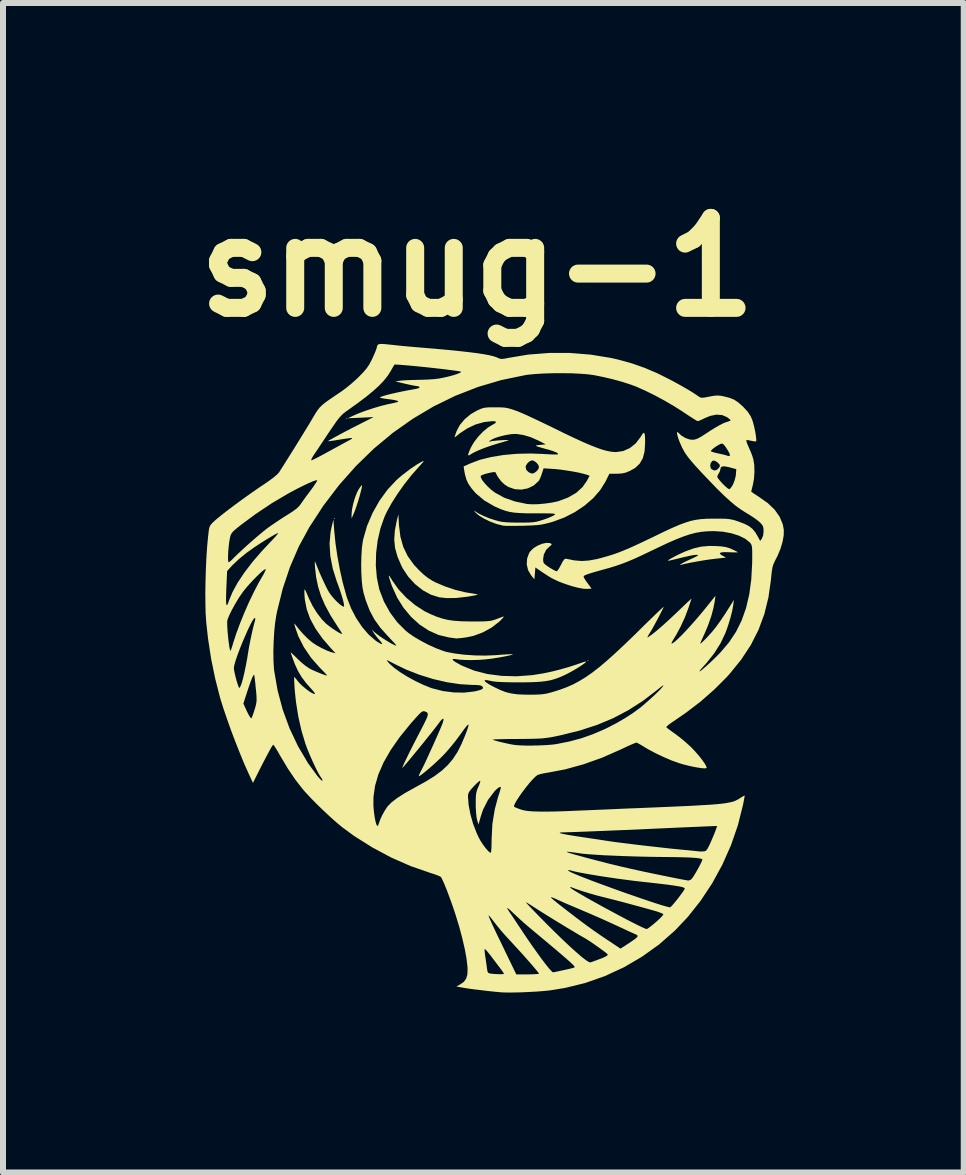
<source format=kicad_pcb>
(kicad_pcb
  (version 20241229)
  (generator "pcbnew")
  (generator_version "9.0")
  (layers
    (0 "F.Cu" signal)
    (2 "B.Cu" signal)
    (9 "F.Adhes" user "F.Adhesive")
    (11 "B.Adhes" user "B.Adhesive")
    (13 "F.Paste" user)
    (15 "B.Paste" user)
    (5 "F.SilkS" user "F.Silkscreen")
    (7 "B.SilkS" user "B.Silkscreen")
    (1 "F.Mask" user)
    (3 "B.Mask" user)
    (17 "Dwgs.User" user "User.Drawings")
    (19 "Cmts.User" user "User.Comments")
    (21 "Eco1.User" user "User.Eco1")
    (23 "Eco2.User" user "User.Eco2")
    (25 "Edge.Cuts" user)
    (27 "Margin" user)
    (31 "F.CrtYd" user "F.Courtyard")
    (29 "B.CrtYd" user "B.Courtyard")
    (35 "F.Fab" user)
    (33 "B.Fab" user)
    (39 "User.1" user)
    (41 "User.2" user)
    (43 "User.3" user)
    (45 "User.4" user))
  (footprint "smug-1"
    (layer "F.Cu")
    (at 4.407 7.904)
    (property "Reference" "smug-1" (at 0.5 -6.5 0) (layer "F.SilkS") (effects (font (size 1.5 1.5) (thickness 0.3))))
    (attr board_only exclude_from_pos_files exclude_from_bom)
    (fp_poly (pts (xy -1.872 -2.31) (xy -1.881 -2.301) (xy -1.889 -2.31) (xy -1.881 -2.318)) (stroke (width 0) (type solid)) (fill yes) (layer "F.SilkS"))
    (fp_poly (pts (xy -1.666 -3.976) (xy -1.674 -3.967) (xy -1.683 -3.976) (xy -1.674 -3.984)) (stroke (width 0) (type solid)) (fill yes) (layer "F.SilkS"))
    (fp_poly (pts (xy 2.353 0.06) (xy 2.344 0.069) (xy 2.336 0.06) (xy 2.344 0.052)) (stroke (width 0) (type solid)) (fill yes) (layer "F.SilkS"))
    (fp_poly (pts (xy -1.422 -2.853) (xy -1.429 -2.812) (xy -1.444 -2.752) (xy -1.463 -2.68) (xy -1.486 -2.603) (xy -1.51 -2.528) (xy -1.533 -2.461) (xy -1.551 -2.413) (xy -1.596 -2.31) (xy -1.596 -2.38) (xy -1.589 -2.46) (xy -1.569 -2.556) (xy -1.54 -2.655) (xy -1.506 -2.743) (xy -1.483 -2.788) (xy -1.454 -2.832) (xy -1.432 -2.861) (xy -1.423 -2.868)) (stroke (width 0) (type solid)) (fill yes) (layer "F.SilkS"))
    (fp_poly (pts (xy -0.806 -2.198) (xy -0.782 -2.006) (xy -0.734 -1.836) (xy -0.659 -1.681) (xy -0.555 -1.537) (xy -0.474 -1.451) (xy -0.394 -1.375) (xy -0.321 -1.318) (xy -0.246 -1.271) (xy -0.189 -1.242) (xy -0.038 -1.178) (xy 0.129 -1.122) (xy 0.295 -1.081) (xy 0.384 -1.066) (xy 0.444 -1.057) (xy 0.488 -1.048) (xy 0.509 -1.042) (xy 0.509 -1.042) (xy 0.496 -1.037) (xy 0.456 -1.028) (xy 0.395 -1.017) (xy 0.337 -1.007) (xy 0.145 -0.985) (xy -0.019 -0.984) (xy -0.136 -0.997) (xy -0.275 -1.041) (xy -0.41 -1.115) (xy -0.537 -1.216) (xy -0.649 -1.337) (xy -0.742 -1.477) (xy -0.763 -1.517) (xy -0.83 -1.673) (xy -0.871 -1.818) (xy -0.885 -1.961) (xy -0.874 -2.113) (xy -0.846 -2.258) (xy -0.816 -2.379)) (stroke (width 0) (type solid)) (fill yes) (layer "F.SilkS"))
    (fp_poly (pts (xy -0.959 -1.343) (xy -0.93 -1.298) (xy -0.915 -1.272) (xy -0.812 -1.127) (xy -0.683 -0.989) (xy -0.536 -0.866) (xy -0.378 -0.764) (xy -0.28 -0.716) (xy -0.177 -0.673) (xy -0.082 -0.642) (xy 0.014 -0.619) (xy 0.118 -0.605) (xy 0.239 -0.597) (xy 0.385 -0.594) (xy 0.404 -0.594) (xy 0.518 -0.594) (xy 0.604 -0.595) (xy 0.669 -0.599) (xy 0.718 -0.604) (xy 0.758 -0.613) (xy 0.796 -0.625) (xy 0.807 -0.629) (xy 0.865 -0.651) (xy 0.914 -0.669) (xy 0.936 -0.677) (xy 0.94 -0.672) (xy 0.923 -0.649) (xy 0.887 -0.611) (xy 0.867 -0.592) (xy 0.74 -0.493) (xy 0.593 -0.412) (xy 0.436 -0.354) (xy 0.311 -0.328) (xy 0.242 -0.319) (xy 0.187 -0.314) (xy 0.153 -0.311) (xy 0.148 -0.311) (xy 0.122 -0.315) (xy 0.073 -0.321) (xy 0.019 -0.329) (xy -0.149 -0.37) (xy -0.31 -0.442) (xy -0.463 -0.543) (xy -0.603 -0.67) (xy -0.728 -0.819) (xy -0.835 -0.989) (xy -0.92 -1.176) (xy -0.938 -1.226) (xy -0.963 -1.302) (xy -0.975 -1.346) (xy -0.974 -1.36)) (stroke (width 0) (type solid)) (fill yes) (layer "F.SilkS"))
    (fp_poly (pts (xy 4.479 -1.851) (xy 4.572 -1.845) (xy 4.643 -1.834) (xy 4.704 -1.816) (xy 4.745 -1.798) (xy 4.796 -1.774) (xy 4.831 -1.756) (xy 4.843 -1.747) (xy 4.827 -1.745) (xy 4.785 -1.745) (xy 4.724 -1.747) (xy 4.699 -1.748) (xy 4.614 -1.75) (xy 4.561 -1.744) (xy 4.542 -1.73) (xy 4.556 -1.71) (xy 4.589 -1.689) (xy 4.646 -1.659) (xy 4.457 -1.638) (xy 4.369 -1.627) (xy 4.269 -1.612) (xy 4.165 -1.594) (xy 4.065 -1.576) (xy 3.977 -1.558) (xy 3.91 -1.542) (xy 3.886 -1.535) (xy 3.878 -1.536) (xy 3.897 -1.551) (xy 3.907 -1.558) (xy 3.949 -1.581) (xy 4.01 -1.611) (xy 4.073 -1.64) (xy 4.128 -1.666) (xy 4.167 -1.687) (xy 4.181 -1.7) (xy 4.181 -1.701) (xy 4.159 -1.706) (xy 4.107 -1.701) (xy 4.028 -1.686) (xy 3.924 -1.662) (xy 3.847 -1.643) (xy 3.777 -1.626) (xy 3.721 -1.613) (xy 3.686 -1.606) (xy 3.678 -1.606) (xy 3.687 -1.618) (xy 3.721 -1.64) (xy 3.774 -1.669) (xy 3.839 -1.703) (xy 3.911 -1.736) (xy 3.966 -1.761) (xy 4.103 -1.811) (xy 4.231 -1.841) (xy 4.365 -1.853)) (stroke (width 0) (type solid)) (fill yes) (layer "F.SilkS"))
    (fp_poly (pts (xy 0.888 -4.163) (xy 0.955 -4.159) (xy 1.013 -4.149) (xy 1.075 -4.131) (xy 1.151 -4.105) (xy 1.211 -4.081) (xy 1.296 -4.044) (xy 1.399 -3.997) (xy 1.514 -3.943) (xy 1.635 -3.885) (xy 1.735 -3.837) (xy 1.936 -3.738) (xy 2.11 -3.655) (xy 2.26 -3.586) (xy 2.388 -3.531) (xy 2.498 -3.488) (xy 2.591 -3.456) (xy 2.672 -3.435) (xy 2.742 -3.422) (xy 2.805 -3.418) (xy 2.814 -3.418) (xy 2.932 -3.435) (xy 3.042 -3.484) (xy 3.139 -3.561) (xy 3.219 -3.665) (xy 3.228 -3.679) (xy 3.255 -3.722) (xy 3.274 -3.74) (xy 3.286 -3.732) (xy 3.294 -3.694) (xy 3.297 -3.626) (xy 3.297 -3.564) (xy 3.288 -3.427) (xy 3.259 -3.315) (xy 3.207 -3.225) (xy 3.132 -3.154) (xy 3.05 -3.107) (xy 2.979 -3.077) (xy 2.914 -3.062) (xy 2.837 -3.057) (xy 2.823 -3.057) (xy 2.702 -3.057) (xy 2.636 -2.924) (xy 2.548 -2.783) (xy 2.431 -2.649) (xy 2.289 -2.526) (xy 2.127 -2.417) (xy 1.949 -2.326) (xy 1.759 -2.256) (xy 1.707 -2.241) (xy 1.634 -2.223) (xy 1.567 -2.209) (xy 1.497 -2.2) (xy 1.414 -2.195) (xy 1.311 -2.191) (xy 1.254 -2.189) (xy 1.155 -2.188) (xy 1.066 -2.188) (xy 0.994 -2.188) (xy 0.944 -2.19) (xy 0.927 -2.192) (xy 0.821 -2.219) (xy 0.712 -2.26) (xy 0.611 -2.309) (xy 0.526 -2.361) (xy 0.47 -2.41) (xy 0.448 -2.436) (xy 0.446 -2.442) (xy 0.455 -2.436) (xy 0.517 -2.396) (xy 0.604 -2.353) (xy 0.704 -2.312) (xy 0.802 -2.281) (xy 0.864 -2.264) (xy 0.924 -2.253) (xy 0.991 -2.247) (xy 1.074 -2.243) (xy 1.182 -2.242) (xy 1.194 -2.242) (xy 1.297 -2.242) (xy 1.374 -2.244) (xy 1.435 -2.249) (xy 1.487 -2.257) (xy 1.539 -2.271) (xy 1.597 -2.289) (xy 1.668 -2.314) (xy 1.73 -2.34) (xy 1.773 -2.361) (xy 1.782 -2.367) (xy 1.794 -2.377) (xy 1.796 -2.384) (xy 1.785 -2.389) (xy 1.757 -2.393) (xy 1.708 -2.395) (xy 1.634 -2.396) (xy 1.531 -2.396) (xy 1.473 -2.396) (xy 1.329 -2.397) (xy 1.213 -2.401) (xy 1.118 -2.408) (xy 1.036 -2.421) (xy 0.962 -2.441) (xy 0.888 -2.467) (xy 0.807 -2.503) (xy 0.78 -2.516) (xy 0.615 -2.612) (xy 0.476 -2.729) (xy 0.406 -2.81) (xy 0.354 -2.884) (xy 0.319 -2.956) (xy 0.301 -3.021) (xy 0.557 -3.021) (xy 0.559 -2.993) (xy 0.582 -2.95) (xy 0.623 -2.898) (xy 0.676 -2.841) (xy 0.735 -2.787) (xy 0.797 -2.74) (xy 0.799 -2.739) (xy 0.949 -2.657) (xy 1.126 -2.595) (xy 1.326 -2.553) (xy 1.331 -2.552) (xy 1.411 -2.547) (xy 1.513 -2.549) (xy 1.625 -2.559) (xy 1.734 -2.574) (xy 1.83 -2.594) (xy 1.85 -2.599) (xy 2.013 -2.66) (xy 2.148 -2.738) (xy 2.254 -2.834) (xy 2.325 -2.936) (xy 2.372 -3.023) (xy 2.332 -3.038) (xy 2.274 -3.055) (xy 2.191 -3.075) (xy 2.092 -3.094) (xy 1.986 -3.111) (xy 1.883 -3.126) (xy 1.792 -3.135) (xy 1.775 -3.136) (xy 1.605 -3.147) (xy 1.575 -3.055) (xy 1.555 -2.999) (xy 1.534 -2.954) (xy 1.524 -2.937) (xy 1.441 -2.861) (xy 1.343 -2.813) (xy 1.236 -2.792) (xy 1.126 -2.799) (xy 1.021 -2.835) (xy 0.957 -2.875) (xy 0.897 -2.931) (xy 0.843 -3.003) (xy 0.805 -3.074) (xy 0.802 -3.082) (xy 0.784 -3.085) (xy 0.744 -3.08) (xy 0.692 -3.069) (xy 0.637 -3.055) (xy 0.59 -3.039) (xy 0.561 -3.025) (xy 0.557 -3.021) (xy 0.301 -3.021) (xy 0.295 -3.041) (xy 0.283 -3.105) (xy 0.273 -3.17) (xy 1.305 -3.17) (xy 1.316 -3.122) (xy 1.351 -3.086) (xy 1.365 -3.077) (xy 1.406 -3.06) (xy 1.441 -3.065) (xy 1.483 -3.093) (xy 1.516 -3.131) (xy 1.528 -3.169) (xy 1.514 -3.208) (xy 1.48 -3.247) (xy 1.437 -3.274) (xy 1.411 -3.28) (xy 1.374 -3.266) (xy 1.337 -3.233) (xy 1.311 -3.193) (xy 1.305 -3.17) (xy 0.273 -3.17) (xy 0.272 -3.178) (xy 0.385 -3.229) (xy 0.544 -3.289) (xy 0.73 -3.335) (xy 0.936 -3.369) (xy 1.158 -3.389) (xy 1.389 -3.394) (xy 1.58 -3.387) (xy 1.669 -3.382) (xy 1.747 -3.378) (xy 1.805 -3.377) (xy 1.838 -3.378) (xy 1.843 -3.379) (xy 1.846 -3.393) (xy 1.817 -3.412) (xy 1.76 -3.435) (xy 1.677 -3.461) (xy 1.649 -3.468) (xy 1.563 -3.492) (xy 1.508 -3.508) (xy 1.481 -3.519) (xy 1.48 -3.527) (xy 1.502 -3.532) (xy 1.545 -3.537) (xy 1.546 -3.537) (xy 1.64 -3.547) (xy 1.52 -3.609) (xy 1.391 -3.666) (xy 1.265 -3.703) (xy 1.15 -3.72) (xy 1.076 -3.718) (xy 0.971 -3.701) (xy 0.872 -3.677) (xy 0.789 -3.65) (xy 0.731 -3.622) (xy 0.73 -3.621) (xy 0.698 -3.599) (xy 0.694 -3.591) (xy 0.716 -3.595) (xy 0.721 -3.597) (xy 0.756 -3.602) (xy 0.807 -3.608) (xy 0.866 -3.613) (xy 0.926 -3.617) (xy 0.977 -3.619) (xy 1.012 -3.619) (xy 1.023 -3.616) (xy 1.022 -3.616) (xy 0.999 -3.607) (xy 0.951 -3.592) (xy 0.886 -3.573) (xy 0.85 -3.563) (xy 0.734 -3.527) (xy 0.622 -3.488) (xy 0.523 -3.448) (xy 0.443 -3.411) (xy 0.393 -3.382) (xy 0.363 -3.363) (xy 0.348 -3.363) (xy 0.349 -3.385) (xy 0.366 -3.432) (xy 0.394 -3.496) (xy 0.444 -3.582) (xy 0.513 -3.672) (xy 0.593 -3.756) (xy 0.675 -3.825) (xy 0.733 -3.861) (xy 0.789 -3.893) (xy 0.813 -3.915) (xy 0.805 -3.927) (xy 0.764 -3.933) (xy 0.749 -3.933) (xy 0.612 -3.918) (xy 0.469 -3.877) (xy 0.331 -3.812) (xy 0.207 -3.729) (xy 0.19 -3.715) (xy 0.152 -3.684) (xy 0.126 -3.666) (xy 0.12 -3.665) (xy 0.126 -3.684) (xy 0.14 -3.726) (xy 0.156 -3.77) (xy 0.21 -3.871) (xy 0.291 -3.967) (xy 0.392 -4.051) (xy 0.493 -4.109) (xy 0.547 -4.134) (xy 0.592 -4.15) (xy 0.638 -4.159) (xy 0.694 -4.163) (xy 0.772 -4.164) (xy 0.799 -4.164)) (stroke (width 0) (type solid)) (fill yes) (layer "F.SilkS"))
    (fp_poly (pts (xy -1.035 -5.217) (xy -0.948 -5.208) (xy -0.908 -5.204) (xy -0.84 -5.196) (xy -0.748 -5.187) (xy -0.64 -5.177) (xy -0.526 -5.167) (xy -0.453 -5.161) (xy -0.203 -5.14) (xy 0.016 -5.12) (xy 0.204 -5.101) (xy 0.364 -5.083) (xy 0.499 -5.066) (xy 0.61 -5.049) (xy 0.7 -5.032) (xy 0.77 -5.015) (xy 0.823 -4.997) (xy 0.847 -4.986) (xy 0.877 -4.974) (xy 0.909 -4.97) (xy 0.955 -4.975) (xy 1.019 -4.988) (xy 1.35 -5.043) (xy 1.695 -5.07) (xy 2.044 -5.07) (xy 2.391 -5.042) (xy 2.729 -4.987) (xy 2.859 -4.957) (xy 3.081 -4.895) (xy 3.294 -4.82) (xy 3.507 -4.729) (xy 3.731 -4.616) (xy 3.807 -4.575) (xy 3.919 -4.513) (xy 4.007 -4.462) (xy 4.08 -4.418) (xy 4.144 -4.376) (xy 4.199 -4.338) (xy 4.221 -4.327) (xy 4.249 -4.323) (xy 4.293 -4.328) (xy 4.36 -4.341) (xy 4.366 -4.342) (xy 4.441 -4.356) (xy 4.499 -4.361) (xy 4.554 -4.357) (xy 4.606 -4.347) (xy 4.702 -4.323) (xy 4.778 -4.293) (xy 4.847 -4.248) (xy 4.92 -4.184) (xy 4.939 -4.165) (xy 5.008 -4.09) (xy 5.055 -4.019) (xy 5.081 -3.961) (xy 5.099 -3.905) (xy 5.116 -3.836) (xy 5.132 -3.763) (xy 5.143 -3.694) (xy 5.15 -3.638) (xy 5.15 -3.603) (xy 5.147 -3.596) (xy 5.127 -3.595) (xy 5.086 -3.602) (xy 5.066 -3.606) (xy 5.02 -3.616) (xy 4.989 -3.618) (xy 4.984 -3.616) (xy 4.986 -3.597) (xy 5 -3.555) (xy 5.024 -3.5) (xy 5.028 -3.49) (xy 5.059 -3.421) (xy 5.085 -3.351) (xy 5.101 -3.299) (xy 5.117 -3.202) (xy 5.12 -3.087) (xy 5.112 -2.971) (xy 5.094 -2.874) (xy 5.08 -2.818) (xy 5.07 -2.777) (xy 5.066 -2.76) (xy 5.08 -2.748) (xy 5.116 -2.722) (xy 5.169 -2.688) (xy 5.196 -2.67) (xy 5.344 -2.566) (xy 5.458 -2.456) (xy 5.54 -2.339) (xy 5.592 -2.214) (xy 5.609 -2.124) (xy 5.608 -2.031) (xy 5.588 -1.92) (xy 5.552 -1.8) (xy 5.501 -1.679) (xy 5.48 -1.64) (xy 5.454 -1.588) (xy 5.434 -1.543) (xy 5.421 -1.497) (xy 5.411 -1.44) (xy 5.402 -1.365) (xy 5.395 -1.289) (xy 5.353 -0.994) (xy 5.285 -0.717) (xy 5.187 -0.453) (xy 5.059 -0.201) (xy 4.899 0.042) (xy 4.707 0.279) (xy 4.649 0.343) (xy 4.447 0.544) (xy 4.22 0.743) (xy 3.974 0.931) (xy 3.774 1.068) (xy 3.717 1.107) (xy 3.674 1.14) (xy 3.652 1.163) (xy 3.65 1.169) (xy 3.667 1.184) (xy 3.706 1.213) (xy 3.76 1.253) (xy 3.8 1.281) (xy 3.878 1.34) (xy 3.964 1.411) (xy 4.045 1.484) (xy 4.072 1.51) (xy 4.135 1.577) (xy 4.195 1.646) (xy 4.248 1.713) (xy 4.289 1.772) (xy 4.316 1.818) (xy 4.323 1.846) (xy 4.321 1.85) (xy 4.297 1.855) (xy 4.246 1.852) (xy 4.176 1.842) (xy 4.094 1.827) (xy 4.006 1.807) (xy 3.92 1.785) (xy 3.864 1.768) (xy 3.741 1.724) (xy 3.606 1.666) (xy 3.469 1.601) (xy 3.343 1.534) (xy 3.264 1.486) (xy 3.212 1.455) (xy 3.171 1.433) (xy 3.15 1.425) (xy 3.128 1.433) (xy 3.082 1.452) (xy 3.016 1.481) (xy 2.938 1.518) (xy 2.9 1.536) (xy 2.583 1.676) (xy 2.268 1.788) (xy 1.962 1.872) (xy 1.683 1.925) (xy 1.611 1.937) (xy 1.549 1.951) (xy 1.507 1.965) (xy 1.5 1.968) (xy 1.463 1.998) (xy 1.415 2.047) (xy 1.361 2.109) (xy 1.304 2.18) (xy 1.248 2.254) (xy 1.197 2.327) (xy 1.155 2.392) (xy 1.125 2.446) (xy 1.111 2.481) (xy 1.112 2.493) (xy 1.135 2.506) (xy 1.179 2.524) (xy 1.227 2.541) (xy 1.276 2.555) (xy 1.339 2.565) (xy 1.418 2.572) (xy 1.517 2.575) (xy 1.638 2.576) (xy 1.784 2.574) (xy 1.958 2.569) (xy 2.163 2.56) (xy 2.19 2.559) (xy 2.295 2.555) (xy 2.427 2.549) (xy 2.58 2.543) (xy 2.745 2.536) (xy 2.917 2.528) (xy 3.086 2.521) (xy 3.194 2.517) (xy 3.459 2.506) (xy 3.692 2.496) (xy 3.895 2.487) (xy 4.071 2.479) (xy 4.221 2.47) (xy 4.349 2.463) (xy 4.457 2.455) (xy 4.546 2.447) (xy 4.62 2.438) (xy 4.68 2.428) (xy 4.729 2.418) (xy 4.77 2.407) (xy 4.804 2.394) (xy 4.834 2.379) (xy 4.862 2.363) (xy 4.875 2.354) (xy 4.919 2.327) (xy 4.949 2.31) (xy 4.957 2.307) (xy 4.955 2.324) (xy 4.948 2.367) (xy 4.936 2.428) (xy 4.929 2.465) (xy 4.844 2.803) (xy 4.729 3.136) (xy 4.585 3.46) (xy 4.416 3.77) (xy 4.222 4.063) (xy 4.007 4.334) (xy 3.793 4.56) (xy 3.53 4.791) (xy 3.246 4.994) (xy 2.946 5.17) (xy 2.63 5.316) (xy 2.302 5.432) (xy 1.964 5.515) (xy 1.712 5.556) (xy 1.615 5.566) (xy 1.501 5.575) (xy 1.375 5.582) (xy 1.248 5.588) (xy 1.126 5.591) (xy 1.018 5.592) (xy 0.931 5.59) (xy 0.893 5.588) (xy 0.788 5.578) (xy 0.673 5.566) (xy 0.558 5.552) (xy 0.449 5.539) (xy 0.354 5.526) (xy 0.282 5.515) (xy 0.252 5.51) (xy 0.152 5.491) (xy 0.218 5.454) (xy 0.276 5.413) (xy 0.314 5.36) (xy 0.334 5.292) (xy 0.338 5.2) (xy 0.335 5.152) (xy 0.319 5.019) (xy 0.295 4.887) (xy 0.621 4.887) (xy 0.625 4.931) (xy 0.632 4.99) (xy 0.633 4.992) (xy 0.644 5.067) (xy 0.655 5.142) (xy 0.661 5.19) (xy 0.669 5.239) (xy 0.683 5.264) (xy 0.708 5.274) (xy 0.726 5.277) (xy 0.789 5.283) (xy 0.851 5.286) (xy 0.904 5.286) (xy 0.937 5.283) (xy 0.945 5.279) (xy 0.935 5.262) (xy 0.909 5.224) (xy 0.873 5.175) (xy 0.867 5.168) (xy 0.814 5.098) (xy 0.755 5.02) (xy 0.711 4.962) (xy 0.672 4.914) (xy 0.642 4.88) (xy 0.625 4.866) (xy 0.623 4.867) (xy 0.621 4.887) (xy 0.295 4.887) (xy 0.29 4.862) (xy 0.249 4.685) (xy 0.198 4.494) (xy 0.141 4.308) (xy 0.687 4.308) (xy 0.692 4.326) (xy 0.709 4.366) (xy 0.737 4.43) (xy 0.778 4.518) (xy 0.832 4.633) (xy 0.901 4.774) (xy 0.983 4.945) (xy 0.998 4.976) (xy 1.15 5.29) (xy 1.339 5.29) (xy 1.415 5.288) (xy 1.477 5.285) (xy 1.517 5.281) (xy 1.528 5.277) (xy 1.517 5.259) (xy 1.486 5.221) (xy 1.439 5.165) (xy 1.38 5.096) (xy 1.311 5.018) (xy 1.237 4.935) (xy 1.16 4.851) (xy 1.086 4.77) (xy 1.034 4.714) (xy 0.964 4.638) (xy 0.891 4.554) (xy 0.825 4.473) (xy 0.787 4.425) (xy 0.745 4.37) (xy 0.712 4.329) (xy 0.691 4.308) (xy 0.687 4.308) (xy 0.141 4.308) (xy 0.138 4.297) (xy 0.111 4.216) (xy 0.1 4.183) (xy 0.998 4.183) (xy 1.005 4.202) (xy 1.028 4.238) (xy 1.047 4.267) (xy 1.082 4.318) (xy 1.129 4.388) (xy 1.184 4.472) (xy 1.245 4.562) (xy 1.254 4.577) (xy 1.338 4.702) (xy 1.422 4.823) (xy 1.501 4.934) (xy 1.574 5.035) (xy 1.639 5.12) (xy 1.693 5.187) (xy 1.734 5.233) (xy 1.758 5.254) (xy 1.762 5.255) (xy 1.781 5.252) (xy 1.826 5.243) (xy 1.889 5.229) (xy 1.937 5.219) (xy 2.009 5.203) (xy 2.069 5.189) (xy 2.107 5.178) (xy 2.118 5.174) (xy 2.122 5.17) (xy 2.121 5.161) (xy 2.112 5.148) (xy 2.095 5.129) (xy 2.066 5.101) (xy 2.024 5.063) (xy 1.968 5.014) (xy 1.895 4.951) (xy 1.804 4.873) (xy 1.692 4.779) (xy 1.558 4.667) (xy 1.4 4.535) (xy 1.357 4.499) (xy 1.282 4.435) (xy 1.2 4.361) (xy 1.126 4.292) (xy 1.112 4.279) (xy 1.051 4.221) (xy 1.013 4.189) (xy 0.998 4.183) (xy 0.1 4.183) (xy 0.07 4.097) (xy 0.067 4.087) (xy 1.31 4.087) (xy 1.319 4.099) (xy 1.348 4.132) (xy 1.397 4.183) (xy 1.461 4.25) (xy 1.538 4.329) (xy 1.625 4.417) (xy 1.657 4.45) (xy 1.803 4.594) (xy 1.936 4.723) (xy 2.055 4.835) (xy 2.159 4.928) (xy 2.245 5.002) (xy 2.313 5.054) (xy 2.361 5.084) (xy 2.387 5.09) (xy 2.418 5.079) (xy 2.467 5.061) (xy 2.499 5.049) (xy 2.585 5.017) (xy 2.641 4.991) (xy 2.67 4.971) (xy 2.674 4.957) (xy 2.659 4.941) (xy 2.621 4.911) (xy 2.567 4.872) (xy 2.504 4.826) (xy 2.438 4.78) (xy 2.376 4.738) (xy 2.323 4.704) (xy 2.288 4.683) (xy 2.247 4.66) (xy 2.182 4.622) (xy 2.099 4.572) (xy 2.003 4.515) (xy 1.9 4.452) (xy 1.796 4.389) (xy 1.696 4.327) (xy 1.606 4.271) (xy 1.531 4.224) (xy 1.476 4.189) (xy 1.473 4.187) (xy 1.41 4.146) (xy 1.357 4.113) (xy 1.322 4.092) (xy 1.31 4.087) (xy 0.067 4.087) (xy 0.036 4.004) (xy 1.727 4.004) (xy 1.736 4.017) (xy 1.772 4.049) (xy 1.835 4.101) (xy 1.925 4.172) (xy 2.042 4.262) (xy 2.187 4.373) (xy 2.25 4.42) (xy 2.333 4.482) (xy 2.434 4.554) (xy 2.54 4.628) (xy 2.64 4.696) (xy 2.658 4.708) (xy 2.887 4.86) (xy 2.959 4.814) (xy 3.019 4.775) (xy 3.084 4.731) (xy 3.104 4.717) (xy 3.153 4.68) (xy 3.173 4.654) (xy 3.167 4.636) (xy 3.139 4.621) (xy 3.108 4.608) (xy 3.054 4.584) (xy 2.985 4.552) (xy 2.92 4.521) (xy 2.585 4.368) (xy 2.344 4.263) (xy 2.191 4.198) (xy 2.066 4.145) (xy 1.967 4.103) (xy 1.891 4.069) (xy 1.836 4.044) (xy 1.808 4.031) (xy 1.763 4.012) (xy 1.733 4.003) (xy 1.727 4.004) (xy 0.036 4.004) (xy 0.028 3.982) (xy -0.011 3.878) (xy -0.03 3.832) (xy 2.048 3.832) (xy 2.049 3.842) (xy 2.07 3.86) (xy 2.117 3.891) (xy 2.187 3.933) (xy 2.275 3.984) (xy 2.378 4.043) (xy 2.492 4.106) (xy 2.611 4.172) (xy 2.734 4.238) (xy 2.855 4.303) (xy 2.97 4.364) (xy 3.076 4.419) (xy 3.168 4.465) (xy 3.243 4.501) (xy 3.296 4.525) (xy 3.323 4.534) (xy 3.324 4.534) (xy 3.344 4.523) (xy 3.383 4.495) (xy 3.436 4.453) (xy 3.475 4.42) (xy 3.53 4.37) (xy 3.572 4.328) (xy 3.597 4.298) (xy 3.602 4.288) (xy 3.583 4.274) (xy 3.541 4.257) (xy 3.485 4.238) (xy 3.289 4.183) (xy 3.084 4.127) (xy 2.883 4.073) (xy 2.698 4.026) (xy 2.639 4.011) (xy 2.498 3.975) (xy 2.361 3.936) (xy 2.236 3.897) (xy 2.131 3.861) (xy 2.071 3.838) (xy 2.048 3.832) (xy -0.03 3.832) (xy -0.047 3.789) (xy -0.078 3.72) (xy -0.1 3.676) (xy -0.109 3.664) (xy -0.133 3.651) (xy -0.182 3.631) (xy -0.247 3.609) (xy -0.283 3.598) (xy -0.418 3.551) (xy 2.012 3.551) (xy 2.019 3.563) (xy 2.053 3.583) (xy 2.113 3.611) (xy 2.117 3.612) (xy 2.219 3.654) (xy 2.339 3.701) (xy 2.473 3.752) (xy 2.617 3.805) (xy 2.768 3.86) (xy 2.92 3.915) (xy 3.07 3.967) (xy 3.214 4.017) (xy 3.347 4.062) (xy 3.467 4.102) (xy 3.568 4.134) (xy 3.647 4.157) (xy 3.7 4.17) (xy 3.714 4.172) (xy 3.729 4.16) (xy 3.761 4.126) (xy 3.803 4.076) (xy 3.843 4.026) (xy 3.89 3.964) (xy 3.928 3.912) (xy 3.952 3.874) (xy 3.959 3.859) (xy 3.953 3.849) (xy 3.933 3.839) (xy 3.897 3.829) (xy 3.843 3.819) (xy 3.767 3.807) (xy 3.666 3.793) (xy 3.539 3.778) (xy 3.383 3.76) (xy 3.237 3.744) (xy 3.105 3.729) (xy 2.961 3.71) (xy 2.812 3.69) (xy 2.663 3.668) (xy 2.519 3.646) (xy 2.386 3.624) (xy 2.269 3.603) (xy 2.173 3.585) (xy 2.103 3.569) (xy 2.085 3.564) (xy 2.034 3.551) (xy 2.012 3.551) (xy -0.418 3.551) (xy -0.609 3.485) (xy -0.934 3.342) (xy -1.25 3.173) (xy -1.552 2.983) (xy -1.752 2.836) (xy -1.844 2.76) (xy -1.95 2.666) (xy -2.063 2.56) (xy -2.146 2.48) (xy -1.232 2.48) (xy -1.224 2.571) (xy -1.213 2.655) (xy -1.2 2.728) (xy -1.185 2.783) (xy -1.171 2.813) (xy -1.165 2.816) (xy -1.152 2.802) (xy -1.14 2.769) (xy -1.12 2.711) (xy -1.086 2.637) (xy -1.045 2.563) (xy -1.004 2.5) (xy -1 2.494) (xy -0.934 2.425) (xy -0.835 2.349) (xy -0.801 2.327) (xy 0.344 2.327) (xy 0.355 2.464) (xy 0.384 2.617) (xy 0.429 2.777) (xy 0.489 2.933) (xy 0.52 3.001) (xy 0.554 3.063) (xy 0.595 3.126) (xy 0.639 3.185) (xy 0.679 3.231) (xy 0.711 3.259) (xy 0.723 3.263) (xy 0.728 3.249) (xy 1.991 3.249) (xy 2.014 3.259) (xy 2.068 3.276) (xy 2.155 3.301) (xy 2.274 3.333) (xy 2.301 3.341) (xy 2.507 3.395) (xy 2.698 3.444) (xy 2.884 3.489) (xy 3.072 3.532) (xy 3.272 3.576) (xy 3.492 3.622) (xy 3.624 3.649) (xy 3.733 3.671) (xy 3.832 3.691) (xy 3.916 3.707) (xy 3.978 3.718) (xy 4.014 3.725) (xy 4.02 3.725) (xy 4.053 3.714) (xy 4.074 3.697) (xy 4.099 3.663) (xy 4.13 3.613) (xy 4.165 3.553) (xy 4.199 3.492) (xy 4.227 3.436) (xy 4.247 3.393) (xy 4.252 3.371) (xy 4.252 3.37) (xy 4.222 3.359) (xy 4.158 3.349) (xy 4.06 3.342) (xy 3.929 3.337) (xy 3.764 3.334) (xy 3.667 3.333) (xy 3.489 3.331) (xy 3.305 3.328) (xy 3.119 3.323) (xy 2.937 3.317) (xy 2.763 3.31) (xy 2.602 3.303) (xy 2.458 3.294) (xy 2.337 3.285) (xy 2.243 3.276) (xy 2.208 3.271) (xy 2.109 3.257) (xy 2.039 3.248) (xy 2 3.245) (xy 1.991 3.249) (xy 0.728 3.249) (xy 0.729 3.247) (xy 0.734 3.203) (xy 0.737 3.137) (xy 0.738 3.056) (xy 0.738 3.043) (xy 0.744 2.928) (xy 1.873 2.928) (xy 1.882 2.936) (xy 1.923 2.947) (xy 1.997 2.961) (xy 2.104 2.979) (xy 2.215 2.996) (xy 2.328 3.013) (xy 2.443 3.03) (xy 2.55 3.046) (xy 2.639 3.06) (xy 2.679 3.066) (xy 2.759 3.078) (xy 2.867 3.092) (xy 2.997 3.108) (xy 3.141 3.126) (xy 3.293 3.144) (xy 3.446 3.161) (xy 3.595 3.178) (xy 3.733 3.193) (xy 3.853 3.205) (xy 3.924 3.212) (xy 4.01 3.22) (xy 4.085 3.227) (xy 4.141 3.233) (xy 4.171 3.237) (xy 4.173 3.237) (xy 4.207 3.24) (xy 4.256 3.24) (xy 4.259 3.24) (xy 4.293 3.236) (xy 4.317 3.223) (xy 4.338 3.193) (xy 4.366 3.14) (xy 4.369 3.134) (xy 4.403 3.058) (xy 4.439 2.973) (xy 4.459 2.924) (xy 4.499 2.816) (xy 4.461 2.817) (xy 4.436 2.817) (xy 4.38 2.82) (xy 4.298 2.823) (xy 4.193 2.828) (xy 4.068 2.833) (xy 3.928 2.839) (xy 3.776 2.846) (xy 3.684 2.85) (xy 3.442 2.861) (xy 3.208 2.872) (xy 2.985 2.882) (xy 2.775 2.89) (xy 2.581 2.898) (xy 2.407 2.905) (xy 2.255 2.911) (xy 2.127 2.916) (xy 2.028 2.919) (xy 1.959 2.921) (xy 1.949 2.921) (xy 1.895 2.923) (xy 1.873 2.928) (xy 0.744 2.928) (xy 0.751 2.783) (xy 0.791 2.537) (xy 0.843 2.342) (xy 0.865 2.274) (xy 0.882 2.218) (xy 0.891 2.183) (xy 0.893 2.175) (xy 0.883 2.163) (xy 0.855 2.175) (xy 0.814 2.209) (xy 0.787 2.237) (xy 0.678 2.381) (xy 0.595 2.545) (xy 0.561 2.646) (xy 0.519 2.791) (xy 0.496 2.713) (xy 0.486 2.662) (xy 0.479 2.587) (xy 0.474 2.5) (xy 0.474 2.447) (xy 0.474 2.36) (xy 0.478 2.296) (xy 0.486 2.247) (xy 0.5 2.203) (xy 0.519 2.16) (xy 0.54 2.108) (xy 0.55 2.073) (xy 0.546 2.061) (xy 0.526 2.073) (xy 0.491 2.104) (xy 0.446 2.149) (xy 0.436 2.16) (xy 0.388 2.213) (xy 0.36 2.253) (xy 0.347 2.288) (xy 0.344 2.327) (xy -0.801 2.327) (xy -0.703 2.265) (xy -0.54 2.174) (xy -0.538 2.173) (xy -0.362 2.076) (xy -0.215 1.985) (xy -0.093 1.894) (xy 0.009 1.799) (xy 0.095 1.696) (xy 0.17 1.581) (xy 0.237 1.448) (xy 0.267 1.376) (xy 0.756 1.376) (xy 0.771 1.384) (xy 0.812 1.396) (xy 0.871 1.412) (xy 0.94 1.428) (xy 1.011 1.444) (xy 1.076 1.457) (xy 1.125 1.465) (xy 1.202 1.471) (xy 1.303 1.475) (xy 1.418 1.475) (xy 1.538 1.472) (xy 1.652 1.467) (xy 1.75 1.459) (xy 1.814 1.451) (xy 2.035 1.407) (xy 2.236 1.353) (xy 2.428 1.285) (xy 2.626 1.2) (xy 2.671 1.178) (xy 2.818 1.102) (xy 2.964 1.017) (xy 3.097 0.931) (xy 3.21 0.848) (xy 3.246 0.819) (xy 3.362 0.718) (xy 3.457 0.631) (xy 3.53 0.56) (xy 3.578 0.508) (xy 3.585 0.499) (xy 3.601 0.475) (xy 3.6 0.47) (xy 3.578 0.484) (xy 3.535 0.518) (xy 3.494 0.551) (xy 3.26 0.73) (xy 3.018 0.885) (xy 2.766 1.018) (xy 2.498 1.13) (xy 2.209 1.224) (xy 1.895 1.302) (xy 1.786 1.325) (xy 1.717 1.338) (xy 1.652 1.347) (xy 1.586 1.355) (xy 1.511 1.359) (xy 1.421 1.362) (xy 1.31 1.364) (xy 1.172 1.365) (xy 1.057 1.365) (xy 0.953 1.367) (xy 0.867 1.369) (xy 0.803 1.371) (xy 0.764 1.374) (xy 0.756 1.376) (xy 0.267 1.376) (xy 0.297 1.305) (xy 0.33 1.218) (xy 0.349 1.158) (xy 0.355 1.128) (xy 0.346 1.125) (xy 0.32 1.151) (xy 0.278 1.205) (xy 0.218 1.288) (xy 0.202 1.31) (xy 0.137 1.397) (xy 0.061 1.492) (xy -0.015 1.58) (xy -0.06 1.629) (xy -0.116 1.685) (xy -0.18 1.746) (xy -0.248 1.808) (xy -0.315 1.866) (xy -0.376 1.917) (xy -0.427 1.957) (xy -0.462 1.981) (xy -0.476 1.985) (xy -0.472 1.968) (xy -0.455 1.93) (xy -0.433 1.887) (xy -0.409 1.84) (xy -0.375 1.77) (xy -0.334 1.681) (xy -0.288 1.58) (xy -0.24 1.475) (xy -0.193 1.37) (xy -0.15 1.273) (xy -0.114 1.189) (xy -0.088 1.126) (xy -0.076 1.095) (xy -0.063 1.046) (xy -0.067 1.026) (xy -0.087 1.035) (xy -0.12 1.072) (xy -0.135 1.093) (xy -0.165 1.133) (xy -0.21 1.191) (xy -0.266 1.263) (xy -0.331 1.343) (xy -0.4 1.43) (xy -0.471 1.517) (xy -0.541 1.602) (xy -0.606 1.681) (xy -0.663 1.749) (xy -0.708 1.802) (xy -0.738 1.836) (xy -0.751 1.848) (xy -0.751 1.848) (xy -0.746 1.831) (xy -0.727 1.786) (xy -0.695 1.719) (xy -0.653 1.632) (xy -0.602 1.529) (xy -0.543 1.413) (xy -0.479 1.289) (xy -0.422 1.179) (xy -0.375 1.086) (xy -0.343 1.019) (xy -0.327 0.972) (xy -0.326 0.941) (xy -0.339 0.921) (xy -0.365 0.909) (xy -0.381 0.904) (xy -0.399 0.902) (xy -0.418 0.908) (xy -0.442 0.925) (xy -0.474 0.956) (xy -0.52 1.006) (xy -0.582 1.076) (xy -0.617 1.116) (xy -0.797 1.338) (xy -0.945 1.551) (xy -1.062 1.755) (xy -1.148 1.951) (xy -1.204 2.143) (xy -1.231 2.33) (xy -1.232 2.48) (xy -2.146 2.48) (xy -2.176 2.451) (xy -2.281 2.344) (xy -2.371 2.247) (xy -2.413 2.198) (xy -2.538 2.037) (xy -2.658 1.859) (xy -2.78 1.655) (xy -2.791 1.636) (xy -2.83 1.567) (xy -2.865 1.511) (xy -2.89 1.473) (xy -2.902 1.46) (xy -2.915 1.475) (xy -2.941 1.517) (xy -2.978 1.585) (xy -3.025 1.673) (xy -3.081 1.781) (xy -3.143 1.903) (xy -3.186 1.989) (xy -3.24 2.097) (xy -3.314 1.938) (xy -3.383 1.784) (xy -3.456 1.607) (xy -3.531 1.417) (xy -3.605 1.222) (xy -3.673 1.031) (xy -3.734 0.852) (xy -3.758 0.775) (xy -3.4 0.775) (xy -3.34 0.906) (xy -3.311 0.963) (xy -3.286 1.004) (xy -3.269 1.021) (xy -3.266 1.021) (xy -3.255 0.998) (xy -3.237 0.951) (xy -3.217 0.889) (xy -3.212 0.872) (xy -3.195 0.816) (xy -3.185 0.77) (xy -3.18 0.726) (xy -3.18 0.675) (xy -3.184 0.608) (xy -3.193 0.52) (xy -3.201 0.437) (xy -3.209 0.368) (xy -3.215 0.319) (xy -3.22 0.296) (xy -3.22 0.295) (xy -3.232 0.302) (xy -3.251 0.34) (xy -3.279 0.409) (xy -3.314 0.511) (xy -3.334 0.57) (xy -3.4 0.775) (xy -3.758 0.775) (xy -3.783 0.695) (xy -3.787 0.682) (xy -3.868 0.365) (xy -3.907 0.177) (xy -3.558 0.177) (xy -3.556 0.21) (xy -3.546 0.263) (xy -3.531 0.326) (xy -3.514 0.391) (xy -3.496 0.45) (xy -3.48 0.494) (xy -3.469 0.515) (xy -3.468 0.515) (xy -3.455 0.5) (xy -3.438 0.463) (xy -3.428 0.434) (xy -3.408 0.364) (xy -3.385 0.269) (xy -3.362 0.158) (xy -3.339 0.039) (xy -3.32 -0.078) (xy -3.317 -0.097) (xy -2.9 -0.097) (xy -2.898 0.055) (xy -2.891 0.186) (xy -2.887 0.223) (xy -2.83 0.553) (xy -2.744 0.876) (xy -2.63 1.188) (xy -2.489 1.486) (xy -2.324 1.765) (xy -2.173 1.973) (xy -2.133 2.021) (xy -2.101 2.052) (xy -2.083 2.063) (xy -2.081 2.061) (xy -2.086 2.034) (xy -2.101 2.013) (xy -2.127 1.975) (xy -2.162 1.911) (xy -2.204 1.828) (xy -2.248 1.733) (xy -2.292 1.633) (xy -2.333 1.533) (xy -2.367 1.441) (xy -2.367 1.44) (xy -2.431 1.227) (xy -2.484 0.993) (xy -2.523 0.747) (xy -2.542 0.568) (xy -2.548 0.483) (xy -2.552 0.412) (xy -2.554 0.36) (xy -2.554 0.334) (xy -2.553 0.332) (xy -2.541 0.341) (xy -2.516 0.37) (xy -2.502 0.39) (xy -2.466 0.433) (xy -2.418 0.479) (xy -2.362 0.526) (xy -2.307 0.568) (xy -2.257 0.599) (xy -2.221 0.615) (xy -2.206 0.614) (xy -2.212 0.598) (xy -2.236 0.566) (xy -2.26 0.539) (xy -2.357 0.429) (xy -2.432 0.329) (xy -2.491 0.228) (xy -2.541 0.119) (xy -2.565 0.055) (xy -2.587 -0.005) (xy -2.603 -0.052) (xy -2.61 -0.076) (xy -2.61 -0.078) (xy -2.599 -0.069) (xy -2.569 -0.042) (xy -2.525 0.001) (xy -2.492 0.034) (xy -2.429 0.092) (xy -2.364 0.145) (xy -2.306 0.185) (xy -2.288 0.196) (xy -2.231 0.223) (xy -2.166 0.251) (xy -2.102 0.277) (xy -2.047 0.297) (xy -2.011 0.308) (xy -2.005 0.309) (xy -2.011 0.298) (xy -2.037 0.268) (xy -2.08 0.223) (xy -2.126 0.176) (xy -2.236 0.052) (xy -1.007 0.052) (xy -1.004 0.062) (xy -0.982 0.09) (xy -0.961 0.113) (xy -0.884 0.181) (xy -0.782 0.254) (xy -0.663 0.328) (xy -0.533 0.399) (xy -0.401 0.462) (xy -0.274 0.513) (xy -0.243 0.523) (xy -0.074 0.566) (xy 0.106 0.589) (xy 0.283 0.592) (xy 0.448 0.573) (xy 0.472 0.568) (xy 0.543 0.55) (xy 0.583 0.533) (xy 0.596 0.515) (xy 0.587 0.493) (xy 0.585 0.491) (xy 0.564 0.476) (xy 0.525 0.468) (xy 0.461 0.464) (xy 0.421 0.464) (xy 0.215 0.452) (xy -0.007 0.419) (xy -0.236 0.366) (xy -0.464 0.295) (xy -0.682 0.21) (xy -0.871 0.119) (xy -0.93 0.088) (xy -0.977 0.064) (xy -1.004 0.052) (xy -1.007 0.052) (xy -2.236 0.052) (xy -2.271 0.012) (xy -2.391 -0.165) (xy -2.485 -0.35) (xy -2.541 -0.512) (xy -2.55 -0.551) (xy -2.549 -0.56) (xy -2.536 -0.545) (xy -2.533 -0.541) (xy -2.475 -0.467) (xy -2.405 -0.387) (xy -2.332 -0.313) (xy -2.266 -0.256) (xy -2.258 -0.249) (xy -2.185 -0.2) (xy -2.098 -0.152) (xy -2.01 -0.11) (xy -1.933 -0.081) (xy -1.913 -0.076) (xy -1.863 -0.064) (xy -1.934 -0.14) (xy -2.082 -0.311) (xy -2.199 -0.477) (xy -2.286 -0.638) (xy -2.344 -0.798) (xy -2.375 -0.959) (xy -2.38 -1.013) (xy -2.383 -1.078) (xy -2.383 -1.117) (xy -2.378 -1.128) (xy -2.366 -1.112) (xy -2.345 -1.066) (xy -2.312 -0.99) (xy -2.304 -0.97) (xy -2.245 -0.851) (xy -2.172 -0.734) (xy -2.092 -0.63) (xy -2.021 -0.557) (xy -1.975 -0.521) (xy -1.922 -0.481) (xy -1.866 -0.444) (xy -1.815 -0.412) (xy -1.775 -0.391) (xy -1.754 -0.384) (xy -1.752 -0.386) (xy -1.761 -0.403) (xy -1.784 -0.442) (xy -1.819 -0.494) (xy -1.835 -0.519) (xy -1.949 -0.699) (xy -2.038 -0.864) (xy -2.106 -1.021) (xy -2.155 -1.177) (xy -2.188 -1.338) (xy -2.205 -1.494) (xy -2.209 -1.557) (xy -2.209 -1.588) (xy -2.205 -1.592) (xy -2.196 -1.572) (xy -2.196 -1.571) (xy -2.164 -1.49) (xy -2.125 -1.397) (xy -2.082 -1.301) (xy -2.039 -1.21) (xy -2.001 -1.133) (xy -1.97 -1.078) (xy -1.967 -1.073) (xy -1.929 -1.021) (xy -1.883 -0.967) (xy -1.835 -0.918) (xy -1.789 -0.877) (xy -1.751 -0.85) (xy -1.727 -0.841) (xy -1.721 -0.847) (xy -1.723 -0.882) (xy -1.737 -0.944) (xy -1.761 -1.027) (xy -1.793 -1.126) (xy -1.832 -1.235) (xy -1.844 -1.265) (xy -1.911 -1.479) (xy -1.951 -1.69) (xy -1.963 -1.893) (xy -1.946 -2.085) (xy -1.932 -2.155) (xy -1.899 -2.293) (xy -1.885 -2.104) (xy -1.865 -1.902) (xy -1.833 -1.684) (xy -1.792 -1.461) (xy -1.744 -1.245) (xy -1.69 -1.048) (xy -1.672 -0.987) (xy -1.605 -0.814) (xy -1.52 -0.651) (xy -1.421 -0.503) (xy -1.312 -0.376) (xy -1.197 -0.276) (xy -1.173 -0.259) (xy -1.12 -0.227) (xy -1.091 -0.216) (xy -1.087 -0.227) (xy -1.11 -0.259) (xy -1.128 -0.279) (xy -1.172 -0.331) (xy -1.215 -0.387) (xy -1.22 -0.395) (xy -1.261 -0.455) (xy -1.176 -0.385) (xy -1.128 -0.349) (xy -1.067 -0.308) (xy -1.002 -0.267) (xy -0.94 -0.23) (xy -0.888 -0.203) (xy -0.854 -0.19) (xy -0.85 -0.189) (xy -0.855 -0.2) (xy -0.881 -0.232) (xy -0.924 -0.278) (xy -0.978 -0.336) (xy -0.99 -0.348) (xy -1.116 -0.489) (xy -1.216 -0.629) (xy -1.295 -0.777) (xy -1.359 -0.944) (xy -1.397 -1.073) (xy -1.415 -1.165) (xy -1.427 -1.282) (xy -1.434 -1.415) (xy -1.436 -1.555) (xy -1.432 -1.694) (xy -1.424 -1.822) (xy -1.409 -1.931) (xy -1.402 -1.966) (xy -1.338 -2.188) (xy -1.246 -2.403) (xy -1.132 -2.605) (xy -0.998 -2.79) (xy -0.848 -2.951) (xy -0.76 -3.027) (xy -0.62 -3.134) (xy -0.5 -3.215) (xy -0.429 -3.255) (xy -0.403 -3.267) (xy -0.393 -3.268) (xy -0.402 -3.253) (xy -0.431 -3.22) (xy -0.472 -3.175) (xy -0.596 -3.034) (xy -0.717 -2.881) (xy -0.829 -2.723) (xy -0.928 -2.568) (xy -1.008 -2.423) (xy -1.048 -2.337) (xy -1.114 -2.149) (xy -1.161 -1.945) (xy -1.187 -1.735) (xy -1.192 -1.526) (xy -1.175 -1.326) (xy -1.137 -1.142) (xy -1.131 -1.12) (xy -1.056 -0.925) (xy -0.955 -0.743) (xy -0.834 -0.58) (xy -0.696 -0.442) (xy -0.642 -0.398) (xy -0.546 -0.333) (xy -0.431 -0.266) (xy -0.308 -0.202) (xy -0.186 -0.147) (xy -0.075 -0.105) (xy -0.014 -0.086) (xy 0.123 -0.06) (xy 0.283 -0.04) (xy 0.457 -0.028) (xy 0.633 -0.025) (xy 0.804 -0.032) (xy 0.847 -0.035) (xy 0.933 -0.042) (xy 1.007 -0.046) (xy 1.061 -0.048) (xy 1.09 -0.048) (xy 1.092 -0.047) (xy 1.081 -0.04) (xy 1.04 -0.028) (xy 0.972 -0.014) (xy 0.882 0.003) (xy 0.773 0.021) (xy 0.73 0.027) (xy 0.628 0.039) (xy 0.513 0.047) (xy 0.396 0.05) (xy 0.288 0.048) (xy 0.197 0.042) (xy 0.159 0.036) (xy 0.107 0.03) (xy 0.087 0.036) (xy 0.096 0.054) (xy 0.134 0.082) (xy 0.201 0.12) (xy 0.245 0.143) (xy 0.446 0.225) (xy 0.667 0.282) (xy 0.905 0.313) (xy 1.155 0.32) (xy 1.414 0.301) (xy 1.597 0.272) (xy 1.731 0.244) (xy 1.875 0.208) (xy 2.016 0.168) (xy 2.144 0.127) (xy 2.213 0.103) (xy 2.264 0.085) (xy 2.301 0.075) (xy 2.314 0.076) (xy 2.305 0.089) (xy 2.273 0.114) (xy 2.222 0.149) (xy 2.16 0.188) (xy 2.092 0.228) (xy 2.025 0.265) (xy 1.976 0.29) (xy 1.889 0.33) (xy 1.807 0.361) (xy 1.726 0.385) (xy 1.638 0.401) (xy 1.537 0.412) (xy 1.418 0.418) (xy 1.273 0.421) (xy 1.202 0.421) (xy 1.047 0.42) (xy 0.923 0.417) (xy 0.828 0.412) (xy 0.759 0.404) (xy 0.725 0.397) (xy 0.66 0.384) (xy 0.626 0.384) (xy 0.622 0.398) (xy 0.648 0.422) (xy 0.702 0.458) (xy 0.773 0.496) (xy 0.879 0.547) (xy 0.974 0.584) (xy 1.069 0.607) (xy 1.173 0.621) (xy 1.296 0.626) (xy 1.357 0.627) (xy 1.46 0.626) (xy 1.539 0.623) (xy 1.603 0.617) (xy 1.661 0.607) (xy 1.723 0.591) (xy 1.769 0.578) (xy 1.885 0.541) (xy 1.995 0.5) (xy 2.101 0.453) (xy 2.205 0.397) (xy 2.311 0.332) (xy 2.421 0.255) (xy 2.538 0.164) (xy 2.665 0.056) (xy 2.805 -0.07) (xy 2.961 -0.216) (xy 3.135 -0.384) (xy 3.25 -0.498) (xy 3.341 -0.587) (xy 3.423 -0.666) (xy 3.493 -0.734) (xy 3.549 -0.787) (xy 3.588 -0.823) (xy 3.606 -0.838) (xy 3.607 -0.838) (xy 3.599 -0.818) (xy 3.578 -0.775) (xy 3.548 -0.716) (xy 3.513 -0.648) (xy 3.475 -0.577) (xy 3.439 -0.511) (xy 3.409 -0.457) (xy 3.392 -0.429) (xy 3.358 -0.374) (xy 3.34 -0.342) (xy 3.334 -0.329) (xy 3.34 -0.329) (xy 3.351 -0.335) (xy 3.409 -0.375) (xy 3.49 -0.44) (xy 3.593 -0.529) (xy 3.716 -0.641) (xy 3.86 -0.777) (xy 3.886 -0.802) (xy 3.95 -0.863) (xy 4.004 -0.915) (xy 4.045 -0.952) (xy 4.067 -0.972) (xy 4.07 -0.974) (xy 4.065 -0.956) (xy 4.051 -0.914) (xy 4.031 -0.854) (xy 4.021 -0.823) (xy 3.961 -0.665) (xy 3.89 -0.509) (xy 3.814 -0.368) (xy 3.789 -0.327) (xy 3.759 -0.278) (xy 3.74 -0.241) (xy 3.736 -0.226) (xy 3.755 -0.23) (xy 3.793 -0.257) (xy 3.847 -0.306) (xy 3.914 -0.372) (xy 3.991 -0.453) (xy 4.075 -0.546) (xy 4.164 -0.647) (xy 4.254 -0.754) (xy 4.312 -0.825) (xy 4.47 -1.022) (xy 4.458 -0.931) (xy 4.436 -0.816) (xy 4.4 -0.682) (xy 4.351 -0.541) (xy 4.295 -0.405) (xy 4.286 -0.386) (xy 4.255 -0.319) (xy 4.232 -0.266) (xy 4.218 -0.232) (xy 4.216 -0.223) (xy 4.235 -0.235) (xy 4.27 -0.268) (xy 4.317 -0.315) (xy 4.37 -0.373) (xy 4.411 -0.418) (xy 4.477 -0.5) (xy 4.549 -0.599) (xy 4.63 -0.719) (xy 4.713 -0.85) (xy 4.777 -0.953) (xy 4.765 -0.859) (xy 4.75 -0.775) (xy 4.724 -0.671) (xy 4.691 -0.559) (xy 4.654 -0.45) (xy 4.633 -0.395) (xy 4.555 -0.231) (xy 4.451 -0.066) (xy 4.329 0.089) (xy 4.278 0.146) (xy 4.238 0.19) (xy 4.211 0.223) (xy 4.203 0.24) (xy 4.204 0.24) (xy 4.224 0.229) (xy 4.262 0.198) (xy 4.315 0.152) (xy 4.377 0.096) (xy 4.442 0.034) (xy 4.506 -0.029) (xy 4.557 -0.082) (xy 4.696 -0.246) (xy 4.813 -0.422) (xy 4.907 -0.612) (xy 4.98 -0.818) (xy 5.033 -1.044) (xy 5.067 -1.293) (xy 5.082 -1.568) (xy 5.083 -1.679) (xy 5.083 -1.763) (xy 5.08 -1.82) (xy 5.074 -1.858) (xy 5.064 -1.884) (xy 5.047 -1.906) (xy 5.043 -1.911) (xy 4.966 -1.973) (xy 4.862 -2.024) (xy 4.737 -2.064) (xy 4.597 -2.09) (xy 4.449 -2.1) (xy 4.431 -2.1) (xy 4.33 -2.097) (xy 4.234 -2.088) (xy 4.138 -2.071) (xy 4.038 -2.045) (xy 3.929 -2.008) (xy 3.805 -1.959) (xy 3.663 -1.897) (xy 3.499 -1.819) (xy 3.417 -1.78) (xy 3.262 -1.706) (xy 3.131 -1.645) (xy 3.016 -1.596) (xy 2.91 -1.555) (xy 2.807 -1.519) (xy 2.698 -1.486) (xy 2.636 -1.469) (xy 2.513 -1.435) (xy 2.42 -1.408) (xy 2.353 -1.387) (xy 2.308 -1.37) (xy 2.282 -1.358) (xy 2.272 -1.347) (xy 2.272 -1.346) (xy 2.278 -1.324) (xy 2.301 -1.284) (xy 2.336 -1.235) (xy 2.405 -1.142) (xy 2.342 -1.137) (xy 2.274 -1.139) (xy 2.183 -1.155) (xy 2.078 -1.182) (xy 1.968 -1.218) (xy 1.861 -1.258) (xy 1.766 -1.303) (xy 1.726 -1.324) (xy 1.674 -1.356) (xy 1.61 -1.398) (xy 1.563 -1.429) (xy 1.468 -1.494) (xy 1.46 -1.396) (xy 1.451 -1.297) (xy 1.396 -1.365) (xy 1.346 -1.45) (xy 1.324 -1.546) (xy 1.33 -1.643) (xy 1.364 -1.734) (xy 1.384 -1.764) (xy 1.436 -1.815) (xy 1.503 -1.857) (xy 1.577 -1.888) (xy 1.648 -1.904) (xy 1.707 -1.901) (xy 1.731 -1.891) (xy 1.74 -1.877) (xy 1.721 -1.856) (xy 1.709 -1.848) (xy 1.648 -1.789) (xy 1.609 -1.71) (xy 1.597 -1.635) (xy 1.599 -1.597) (xy 1.607 -1.569) (xy 1.63 -1.545) (xy 1.671 -1.514) (xy 1.703 -1.493) (xy 1.757 -1.461) (xy 1.801 -1.438) (xy 1.825 -1.43) (xy 1.827 -1.43) (xy 1.842 -1.448) (xy 1.867 -1.487) (xy 1.896 -1.541) (xy 1.896 -1.542) (xy 1.927 -1.599) (xy 1.95 -1.63) (xy 1.971 -1.64) (xy 1.984 -1.639) (xy 2.116 -1.612) (xy 2.239 -1.602) (xy 2.362 -1.61) (xy 2.497 -1.635) (xy 2.577 -1.656) (xy 2.672 -1.683) (xy 2.76 -1.71) (xy 2.846 -1.74) (xy 2.935 -1.775) (xy 3.033 -1.816) (xy 3.145 -1.867) (xy 3.276 -1.928) (xy 3.432 -2.003) (xy 3.461 -2.017) (xy 3.62 -2.094) (xy 3.754 -2.156) (xy 3.868 -2.205) (xy 3.968 -2.242) (xy 4.057 -2.27) (xy 4.142 -2.288) (xy 4.228 -2.3) (xy 4.319 -2.306) (xy 4.421 -2.308) (xy 4.457 -2.308) (xy 4.56 -2.308) (xy 4.637 -2.306) (xy 4.696 -2.301) (xy 4.746 -2.292) (xy 4.796 -2.279) (xy 4.85 -2.261) (xy 4.953 -2.222) (xy 5.029 -2.183) (xy 5.087 -2.137) (xy 5.135 -2.079) (xy 5.179 -2.004) (xy 5.215 -1.936) (xy 5.244 -1.976) (xy 5.264 -2.025) (xy 5.272 -2.092) (xy 5.272 -2.102) (xy 5.269 -2.155) (xy 5.256 -2.193) (xy 5.226 -2.23) (xy 5.206 -2.25) (xy 5.16 -2.288) (xy 5.095 -2.334) (xy 5.023 -2.38) (xy 5 -2.393) (xy 4.906 -2.452) (xy 4.813 -2.518) (xy 4.718 -2.597) (xy 4.614 -2.692) (xy 4.496 -2.807) (xy 4.421 -2.885) (xy 4.305 -3.006) (xy 4.5 -3.006) (xy 4.512 -2.981) (xy 4.542 -2.943) (xy 4.583 -2.897) (xy 4.627 -2.853) (xy 4.667 -2.818) (xy 4.696 -2.8) (xy 4.7 -2.799) (xy 4.72 -2.813) (xy 4.746 -2.85) (xy 4.764 -2.881) (xy 4.79 -2.948) (xy 4.808 -3.021) (xy 4.811 -3.048) (xy 4.817 -3.133) (xy 4.707 -3.163) (xy 4.632 -3.179) (xy 4.584 -3.179) (xy 4.558 -3.16) (xy 4.551 -3.127) (xy 4.541 -3.091) (xy 4.526 -3.065) (xy 4.506 -3.028) (xy 4.5 -3.006) (xy 4.305 -3.006) (xy 4.302 -3.009) (xy 4.205 -3.112) (xy 4.134 -3.19) (xy 4.382 -3.19) (xy 4.392 -3.147) (xy 4.407 -3.131) (xy 4.45 -3.11) (xy 4.49 -3.12) (xy 4.518 -3.144) (xy 4.543 -3.177) (xy 4.541 -3.207) (xy 4.51 -3.24) (xy 4.494 -3.253) (xy 4.455 -3.275) (xy 4.426 -3.274) (xy 4.417 -3.269) (xy 4.391 -3.236) (xy 4.382 -3.19) (xy 4.134 -3.19) (xy 4.127 -3.198) (xy 4.064 -3.27) (xy 4.014 -3.332) (xy 3.974 -3.387) (xy 3.947 -3.431) (xy 4.393 -3.431) (xy 4.393 -3.431) (xy 4.416 -3.421) (xy 4.463 -3.407) (xy 4.525 -3.393) (xy 4.535 -3.391) (xy 4.597 -3.377) (xy 4.644 -3.365) (xy 4.668 -3.357) (xy 4.669 -3.356) (xy 4.695 -3.35) (xy 4.712 -3.362) (xy 4.708 -3.384) (xy 4.69 -3.422) (xy 4.662 -3.469) (xy 4.632 -3.513) (xy 4.604 -3.546) (xy 4.599 -3.551) (xy 4.58 -3.559) (xy 4.554 -3.554) (xy 4.512 -3.531) (xy 4.476 -3.509) (xy 4.43 -3.475) (xy 4.4 -3.447) (xy 4.393 -3.431) (xy 3.947 -3.431) (xy 3.942 -3.44) (xy 3.914 -3.493) (xy 3.888 -3.551) (xy 3.879 -3.571) (xy 3.854 -3.636) (xy 3.837 -3.691) (xy 3.829 -3.732) (xy 3.831 -3.753) (xy 3.845 -3.748) (xy 3.851 -3.74) (xy 3.904 -3.691) (xy 3.972 -3.651) (xy 4.042 -3.627) (xy 4.074 -3.624) (xy 4.105 -3.624) (xy 4.133 -3.629) (xy 4.163 -3.639) (xy 4.201 -3.658) (xy 4.252 -3.688) (xy 4.321 -3.732) (xy 4.392 -3.779) (xy 4.468 -3.826) (xy 4.542 -3.868) (xy 4.605 -3.9) (xy 4.645 -3.915) (xy 4.691 -3.93) (xy 4.719 -3.943) (xy 4.723 -3.948) (xy 4.71 -3.963) (xy 4.677 -3.989) (xy 4.662 -4) (xy 4.581 -4.035) (xy 4.485 -4.042) (xy 4.38 -4.02) (xy 4.297 -3.986) (xy 4.242 -3.959) (xy 4.198 -3.94) (xy 4.175 -3.933) (xy 4.175 -3.933) (xy 4.156 -3.942) (xy 4.114 -3.967) (xy 4.053 -4.006) (xy 3.979 -4.054) (xy 3.913 -4.099) (xy 3.773 -4.187) (xy 3.619 -4.277) (xy 3.459 -4.363) (xy 3.303 -4.44) (xy 3.158 -4.505) (xy 3.066 -4.54) (xy 2.924 -4.586) (xy 2.762 -4.631) (xy 2.591 -4.671) (xy 2.447 -4.7) (xy 2.344 -4.714) (xy 2.215 -4.724) (xy 2.068 -4.731) (xy 1.91 -4.733) (xy 1.749 -4.732) (xy 1.594 -4.727) (xy 1.453 -4.718) (xy 1.332 -4.706) (xy 1.297 -4.7) (xy 0.899 -4.618) (xy 0.511 -4.503) (xy 0.136 -4.357) (xy -0.227 -4.18) (xy -0.575 -3.973) (xy -0.909 -3.738) (xy -1.226 -3.474) (xy -1.525 -3.183) (xy -1.806 -2.866) (xy -2.067 -2.523) (xy -2.301 -2.164) (xy -2.475 -1.845) (xy -2.622 -1.504) (xy -2.743 -1.144) (xy -2.837 -0.766) (xy -2.851 -0.696) (xy -2.871 -0.568) (xy -2.886 -0.419) (xy -2.895 -0.258) (xy -2.9 -0.097) (xy -3.317 -0.097) (xy -3.315 -0.112) (xy -3.302 -0.185) (xy -3.284 -0.277) (xy -3.263 -0.377) (xy -3.241 -0.474) (xy -3.22 -0.558) (xy -3.203 -0.619) (xy -3.203 -0.619) (xy -3.201 -0.646) (xy -3.21 -0.653) (xy -3.228 -0.637) (xy -3.255 -0.595) (xy -3.289 -0.53) (xy -3.328 -0.448) (xy -3.369 -0.355) (xy -3.412 -0.255) (xy -3.453 -0.154) (xy -3.49 -0.056) (xy -3.521 0.033) (xy -3.544 0.108) (xy -3.557 0.163) (xy -3.558 0.177) (xy -3.907 0.177) (xy -3.937 0.031) (xy -3.989 -0.308) (xy -4.019 -0.579) (xy -3.67 -0.579) (xy -3.669 -0.523) (xy -3.665 -0.451) (xy -3.658 -0.371) (xy -3.65 -0.29) (xy -3.64 -0.216) (xy -3.631 -0.155) (xy -3.621 -0.115) (xy -3.614 -0.103) (xy -3.607 -0.118) (xy -3.593 -0.158) (xy -3.575 -0.216) (xy -3.572 -0.228) (xy -3.521 -0.385) (xy -3.457 -0.559) (xy -3.383 -0.741) (xy -3.304 -0.921) (xy -3.222 -1.091) (xy -3.143 -1.243) (xy -3.093 -1.329) (xy -3.06 -1.386) (xy -3.037 -1.433) (xy -3.027 -1.461) (xy -3.027 -1.465) (xy -3.041 -1.464) (xy -3.074 -1.441) (xy -3.119 -1.401) (xy -3.175 -1.347) (xy -3.235 -1.286) (xy -3.296 -1.22) (xy -3.353 -1.155) (xy -3.403 -1.093) (xy -3.418 -1.072) (xy -3.474 -0.991) (xy -3.529 -0.899) (xy -3.581 -0.806) (xy -3.625 -0.72) (xy -3.656 -0.648) (xy -3.667 -0.614) (xy -3.67 -0.579) (xy -4.019 -0.579) (xy -4.02 -0.592) (xy -4.029 -0.731) (xy -4.033 -0.895) (xy -4.033 -0.94) (xy -3.689 -0.94) (xy -3.686 -0.887) (xy -3.678 -0.865) (xy -3.667 -0.873) (xy -3.651 -0.909) (xy -3.64 -0.941) (xy -3.582 -1.082) (xy -3.497 -1.238) (xy -3.386 -1.405) (xy -3.252 -1.581) (xy -3.096 -1.762) (xy -2.981 -1.885) (xy -2.921 -1.948) (xy -2.871 -2.002) (xy -2.836 -2.043) (xy -2.819 -2.065) (xy -2.818 -2.068) (xy -2.836 -2.063) (xy -2.878 -2.042) (xy -2.938 -2.007) (xy -3.013 -1.962) (xy -3.097 -1.909) (xy -3.186 -1.851) (xy -3.214 -1.833) (xy -3.348 -1.737) (xy -3.474 -1.634) (xy -3.582 -1.532) (xy -3.617 -1.494) (xy -3.671 -1.434) (xy -3.684 -1.144) (xy -3.688 -1.026) (xy -3.689 -0.94) (xy -4.033 -0.94) (xy -4.034 -1.077) (xy -4.031 -1.271) (xy -4.025 -1.468) (xy -4.017 -1.64) (xy -3.656 -1.64) (xy -3.653 -1.597) (xy -3.647 -1.58) (xy -3.647 -1.58) (xy -3.626 -1.592) (xy -3.593 -1.62) (xy -3.58 -1.634) (xy -3.521 -1.693) (xy -3.442 -1.767) (xy -3.351 -1.851) (xy -3.255 -1.936) (xy -3.16 -2.018) (xy -3.075 -2.089) (xy -3.006 -2.144) (xy -3.003 -2.146) (xy -2.927 -2.2) (xy -2.834 -2.263) (xy -2.739 -2.326) (xy -2.676 -2.365) (xy -2.582 -2.425) (xy -2.514 -2.475) (xy -2.468 -2.519) (xy -2.446 -2.548) (xy -2.416 -2.591) (xy -2.372 -2.653) (xy -2.32 -2.723) (xy -2.279 -2.778) (xy -2.233 -2.841) (xy -2.197 -2.895) (xy -2.174 -2.932) (xy -2.169 -2.948) (xy -2.191 -2.947) (xy -2.239 -2.931) (xy -2.309 -2.901) (xy -2.398 -2.859) (xy -2.502 -2.807) (xy -2.617 -2.746) (xy -2.65 -2.728) (xy -2.923 -2.567) (xy -3.198 -2.383) (xy -3.429 -2.212) (xy -3.501 -2.155) (xy -3.551 -2.113) (xy -3.583 -2.081) (xy -3.603 -2.052) (xy -3.615 -2.022) (xy -3.624 -1.986) (xy -3.635 -1.925) (xy -3.644 -1.852) (xy -3.651 -1.775) (xy -3.655 -1.702) (xy -3.656 -1.64) (xy -4.017 -1.64) (xy -4.016 -1.66) (xy -4.004 -1.841) (xy -3.989 -2.002) (xy -3.974 -2.127) (xy -3.966 -2.164) (xy -3.951 -2.196) (xy -3.923 -2.23) (xy -3.878 -2.273) (xy -3.835 -2.31) (xy -3.755 -2.375) (xy -3.652 -2.455) (xy -3.532 -2.545) (xy -3.402 -2.64) (xy -3.267 -2.736) (xy -3.133 -2.829) (xy -3.04 -2.891) (xy -2.961 -2.946) (xy -2.892 -2.998) (xy -2.838 -3.044) (xy -2.808 -3.076) (xy -2.806 -3.078) (xy -2.759 -3.152) (xy -2.698 -3.248) (xy -2.675 -3.285) (xy -2.269 -3.285) (xy -2.265 -3.28) (xy -2.244 -3.288) (xy -2.198 -3.31) (xy -2.132 -3.344) (xy -2.052 -3.387) (xy -1.968 -3.433) (xy -1.875 -3.484) (xy -1.789 -3.531) (xy -1.715 -3.571) (xy -1.66 -3.601) (xy -1.632 -3.616) (xy -1.598 -3.636) (xy -1.586 -3.65) (xy -1.589 -3.652) (xy -1.612 -3.652) (xy -1.661 -3.646) (xy -1.729 -3.636) (xy -1.795 -3.626) (xy -1.871 -3.613) (xy -1.933 -3.604) (xy -1.975 -3.599) (xy -1.989 -3.599) (xy -1.977 -3.608) (xy -1.939 -3.631) (xy -1.878 -3.665) (xy -1.798 -3.708) (xy -1.705 -3.758) (xy -1.601 -3.812) (xy -1.492 -3.868) (xy -1.434 -3.897) (xy -1.228 -4.001) (xy -1.443 -3.991) (xy -1.657 -3.982) (xy -1.563 -4.027) (xy -1.475 -4.065) (xy -1.364 -4.106) (xy -1.243 -4.146) (xy -1.121 -4.183) (xy -1.01 -4.211) (xy -0.987 -4.216) (xy -0.92 -4.23) (xy -0.864 -4.243) (xy -0.829 -4.253) (xy -0.824 -4.254) (xy -0.817 -4.264) (xy -0.84 -4.275) (xy -0.891 -4.287) (xy -0.965 -4.298) (xy -1.006 -4.303) (xy -1.064 -4.311) (xy -1.107 -4.32) (xy -1.125 -4.328) (xy -1.113 -4.337) (xy -1.073 -4.351) (xy -1.011 -4.369) (xy -0.932 -4.389) (xy -0.844 -4.409) (xy -0.75 -4.429) (xy -0.658 -4.447) (xy -0.653 -4.448) (xy -0.57 -4.462) (xy -0.516 -4.473) (xy -0.484 -4.481) (xy -0.469 -4.488) (xy -0.464 -4.496) (xy -0.464 -4.5) (xy -0.478 -4.513) (xy -0.502 -4.517) (xy -0.535 -4.522) (xy -0.592 -4.532) (xy -0.663 -4.548) (xy -0.704 -4.557) (xy -0.867 -4.596) (xy -0.783 -4.608) (xy -0.73 -4.613) (xy -0.653 -4.617) (xy -0.567 -4.62) (xy -0.517 -4.621) (xy -0.422 -4.623) (xy -0.321 -4.627) (xy -0.231 -4.633) (xy -0.197 -4.636) (xy -0.131 -4.645) (xy -0.055 -4.66) (xy 0.023 -4.678) (xy 0.097 -4.698) (xy 0.16 -4.718) (xy 0.207 -4.737) (xy 0.229 -4.751) (xy 0.229 -4.757) (xy 0.208 -4.763) (xy 0.159 -4.771) (xy 0.085 -4.781) (xy -0.008 -4.793) (xy -0.114 -4.806) (xy -0.23 -4.819) (xy -0.349 -4.832) (xy -0.468 -4.844) (xy -0.58 -4.855) (xy -0.682 -4.864) (xy -0.768 -4.871) (xy -0.833 -4.876) (xy -0.873 -4.877) (xy -0.883 -4.875) (xy -0.893 -4.858) (xy -0.915 -4.82) (xy -0.941 -4.773) (xy -0.993 -4.691) (xy -1.058 -4.609) (xy -1.138 -4.525) (xy -1.237 -4.435) (xy -1.358 -4.336) (xy -1.503 -4.227) (xy -1.653 -4.12) (xy -1.699 -4.087) (xy -1.737 -4.057) (xy -1.772 -4.023) (xy -1.807 -3.983) (xy -1.848 -3.93) (xy -1.897 -3.859) (xy -1.96 -3.767) (xy -1.987 -3.727) (xy -2.05 -3.632) (xy -2.11 -3.542) (xy -2.163 -3.462) (xy -2.206 -3.399) (xy -2.233 -3.358) (xy -2.237 -3.353) (xy -2.261 -3.311) (xy -2.269 -3.285) (xy -2.675 -3.285) (xy -2.628 -3.36) (xy -2.553 -3.479) (xy -2.478 -3.601) (xy -2.407 -3.716) (xy -2.343 -3.82) (xy -2.292 -3.904) (xy -2.275 -3.933) (xy -2.23 -4.009) (xy -2.194 -4.069) (xy -2.162 -4.117) (xy -2.13 -4.158) (xy -2.093 -4.195) (xy -2.048 -4.233) (xy -1.99 -4.276) (xy -1.914 -4.328) (xy -1.817 -4.394) (xy -1.76 -4.432) (xy -1.689 -4.485) (xy -1.606 -4.552) (xy -1.524 -4.625) (xy -1.475 -4.672) (xy -1.402 -4.747) (xy -1.347 -4.811) (xy -1.304 -4.874) (xy -1.265 -4.946) (xy -1.256 -4.964) (xy -1.224 -5.035) (xy -1.196 -5.101) (xy -1.178 -5.151) (xy -1.175 -5.166) (xy -1.168 -5.191) (xy -1.156 -5.209) (xy -1.133 -5.218) (xy -1.095 -5.221)) (stroke (width 0) (type solid)) (fill yes) (layer "F.SilkS")))
  (gr_rect
    (start -3 -3)
    (end 13.016 16.496)
    (stroke (width 0.1) (type default))
    (fill no)
    (layer "Edge.Cuts")))
</source>
